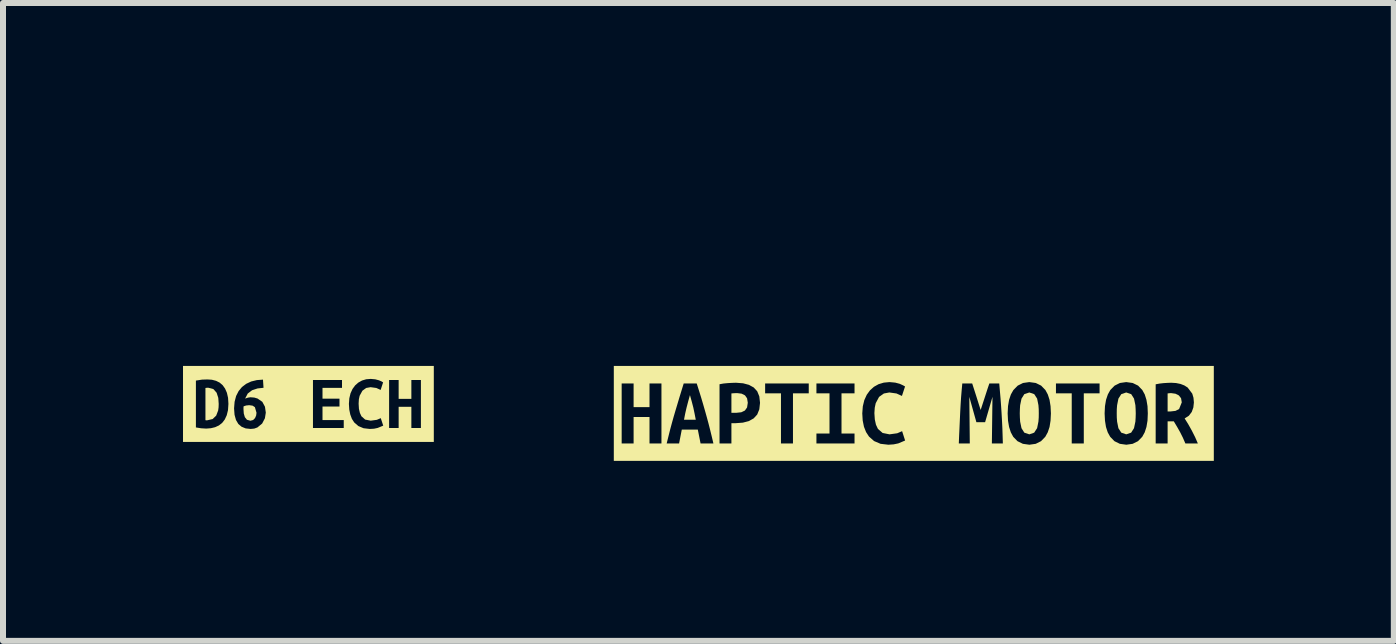
<source format=kicad_pcb>
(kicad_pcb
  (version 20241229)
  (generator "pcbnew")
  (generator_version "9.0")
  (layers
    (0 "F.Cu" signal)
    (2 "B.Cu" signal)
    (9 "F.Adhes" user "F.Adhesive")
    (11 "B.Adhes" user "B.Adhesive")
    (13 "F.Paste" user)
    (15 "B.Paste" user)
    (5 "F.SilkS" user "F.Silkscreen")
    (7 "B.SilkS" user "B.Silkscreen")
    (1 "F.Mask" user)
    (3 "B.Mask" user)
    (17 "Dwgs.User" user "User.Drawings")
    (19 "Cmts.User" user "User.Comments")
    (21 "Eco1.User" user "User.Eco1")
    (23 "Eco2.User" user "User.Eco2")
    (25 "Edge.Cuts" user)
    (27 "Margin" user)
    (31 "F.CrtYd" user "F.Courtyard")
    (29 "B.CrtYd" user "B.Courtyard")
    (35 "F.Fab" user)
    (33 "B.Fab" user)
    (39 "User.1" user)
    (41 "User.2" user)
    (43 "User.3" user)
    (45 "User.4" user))
  (footprint "kibuzzard-688B21F2"
    (layer "F.Cu")
    (at 12.18 3.84)
    (property "Reference" "kibuzzard-688B21F2" (at 0 -3.839 0) (layer "F.SilkS") (effects (font (size 0.001 0.001) (thickness 0.15))))
    (attr board_only exclude_from_pos_files exclude_from_bom)
    (fp_poly (pts (xy -3.731 -0.305) (xy -3.761 -0.198) (xy -3.787 -0.098) (xy -3.81 0.002) (xy -3.83 0.105) (xy -3.634 0.105) (xy -3.654 0.002) (xy -3.675 -0.098) (xy -3.701 -0.198) (xy -3.731 -0.305)) (stroke (width 0) (type solid)) (fill yes) (layer "F.SilkS"))
    (fp_poly (pts (xy 4.466 -0.184) (xy 4.454 -0.253) (xy 4.417 -0.3) (xy 4.361 -0.328) (xy 4.29 -0.338) (xy 4.262 -0.337) (xy 4.23 -0.333) (xy 4.23 -0.032) (xy 4.274 -0.032) (xy 4.361 -0.042) (xy 4.421 -0.072) (xy 4.466 -0.184)) (stroke (width 0) (type solid)) (fill yes) (layer "F.SilkS"))
    (fp_poly (pts (xy -2.941 -0.338) (xy -2.991 -0.337) (xy -3.04 -0.333) (xy -3.04 -0.01) (xy -2.959 -0.01) (xy -2.875 -0.019) (xy -2.815 -0.048) (xy -2.779 -0.099) (xy -2.767 -0.178) (xy -2.779 -0.252) (xy -2.814 -0.301) (xy -2.87 -0.329) (xy -2.941 -0.338)) (stroke (width 0) (type solid)) (fill yes) (layer "F.SilkS"))
    (fp_poly (pts (xy 1.766 0) (xy 1.768 0.07) (xy 1.772 0.137) (xy 1.795 0.247) (xy 1.842 0.321) (xy 1.925 0.349) (xy 2.006 0.321) (xy 2.055 0.246) (xy 2.077 0.136) (xy 2.082 0.07) (xy 2.083 0) (xy 2.082 -0.07) (xy 2.077 -0.137) (xy 2.055 -0.247) (xy 2.007 -0.321) (xy 1.925 -0.349) (xy 1.842 -0.321) (xy 1.795 -0.246) (xy 1.772 -0.136) (xy 1.768 -0.07) (xy 1.766 0)) (stroke (width 0) (type solid)) (fill yes) (layer "F.SilkS"))
    (fp_poly (pts (xy 3.382 0) (xy 3.383 0.07) (xy 3.388 0.137) (xy 3.41 0.247) (xy 3.458 0.321) (xy 3.54 0.349) (xy 3.622 0.321) (xy 3.67 0.246) (xy 3.693 0.136) (xy 3.697 0.07) (xy 3.699 0) (xy 3.697 -0.07) (xy 3.693 -0.137) (xy 3.67 -0.247) (xy 3.623 -0.321) (xy 3.54 -0.349) (xy 3.458 -0.321) (xy 3.41 -0.246) (xy 3.388 -0.136) (xy 3.383 -0.07) (xy 3.382 0)) (stroke (width 0) (type solid)) (fill yes) (layer "F.SilkS"))
    (fp_poly (pts (xy -5 -0.791) (xy -5 -0.791) (xy -5 0.791) (xy -5 0.791) (xy -4.206 0.791) (xy -4.206 0.501) (xy -4.405 0.501) (xy -4.405 0.06) (xy -4.67 0.06) (xy -4.67 0.501) (xy -4.869 0.501) (xy -4.869 -0.499) (xy -4.67 -0.499) (xy -4.67 -0.105) (xy -4.405 -0.105) (xy -4.405 -0.499) (xy -4.206 -0.499) (xy -4.206 0.501) (xy -4.206 0.791) (xy -3.554 0.791) (xy -3.554 0.501) (xy -3.6 0.27) (xy -3.867 0.27) (xy -3.912 0.501) (xy -4.119 0.501) (xy -4.09 0.385) (xy -4.062 0.273) (xy -4.033 0.165) (xy -4.004 0.061) (xy -3.975 -0.038) (xy -3.939 -0.158) (xy -3.904 -0.275) (xy -3.869 -0.389) (xy -3.835 -0.499) (xy -3.618 -0.499) (xy -3.583 -0.388) (xy -3.547 -0.273) (xy -3.512 -0.155) (xy -3.477 -0.033) (xy -3.449 0.067) (xy -3.421 0.171) (xy -3.394 0.277) (xy -3.367 0.387) (xy -3.34 0.501) (xy -3.554 0.501) (xy -3.554 0.791) (xy -3.04 0.791) (xy -3.04 0.501) (xy -3.238 0.501) (xy -3.238 -0.486) (xy -3.173 -0.498) (xy -3.1 -0.505) (xy -3.027 -0.509) (xy -2.964 -0.511) (xy -2.846 -0.502) (xy -2.748 -0.476) (xy -2.668 -0.432) (xy -2.61 -0.369) (xy -2.575 -0.284) (xy -2.563 -0.176) (xy -2.575 -0.068) (xy -2.61 0.019) (xy -2.669 0.083) (xy -2.749 0.128) (xy -2.849 0.154) (xy -2.969 0.163) (xy -3.04 0.163) (xy -3.04 0.501) (xy -3.04 0.791) (xy -2.014 0.791) (xy -2.014 0.501) (xy -2.214 0.501) (xy -2.214 -0.334) (xy -2.478 -0.334) (xy -2.478 -0.499) (xy -1.751 -0.499) (xy -1.751 -0.334) (xy -2.014 -0.334) (xy -2.014 0.501) (xy -2.014 0.791) (xy -1.623 0.791) (xy -1.623 0.501) (xy -1.623 0.336) (xy -1.405 0.336) (xy -1.405 -0.334) (xy -1.623 -0.334) (xy -1.623 -0.499) (xy -0.988 -0.499) (xy -0.988 -0.334) (xy -1.205 -0.334) (xy -1.205 0.336) (xy -0.988 0.336) (xy -0.988 0.501) (xy -1.623 0.501) (xy -1.623 0.791) (xy -0.424 0.791) (xy -0.424 0.522) (xy -0.554 0.507) (xy -0.662 0.461) (xy -0.747 0.386) (xy -0.796 0.311) (xy -0.831 0.222) (xy -0.852 0.118) (xy -0.859 0) (xy -0.85 -0.118) (xy -0.825 -0.221) (xy -0.784 -0.311) (xy -0.73 -0.385) (xy -0.664 -0.444) (xy -0.587 -0.487) (xy -0.5 -0.513) (xy -0.405 -0.522) (xy -0.309 -0.513) (xy -0.234 -0.493) (xy -0.18 -0.468) (xy -0.146 -0.449) (xy -0.198 -0.291) (xy -0.288 -0.332) (xy -0.408 -0.349) (xy -0.499 -0.332) (xy -0.579 -0.275) (xy -0.635 -0.17) (xy -0.651 -0.095) (xy -0.657 -0.005) (xy -0.65 0.1) (xy -0.631 0.188) (xy -0.598 0.258) (xy -0.52 0.326) (xy -0.405 0.349) (xy -0.276 0.331) (xy -0.195 0.296) (xy -0.145 0.452) (xy -0.259 0.5) (xy -0.336 0.516) (xy -0.424 0.522) (xy -0.424 0.791) (xy 1.484 0.791) (xy 1.484 0.501) (xy 1.301 0.501) (xy 1.311 -0.276) (xy 1.188 0.147) (xy 1.043 0.147) (xy 0.925 -0.276) (xy 0.933 0.501) (xy 0.75 0.501) (xy 0.755 0.376) (xy 0.761 0.246) (xy 0.767 0.113) (xy 0.773 -0.018) (xy 0.78 -0.147) (xy 0.788 -0.271) (xy 0.798 -0.39) (xy 0.808 -0.499) (xy 0.973 -0.499) (xy 1.001 -0.412) (xy 1.038 -0.297) (xy 1.077 -0.173) (xy 1.114 -0.057) (xy 1.154 -0.18) (xy 1.194 -0.303) (xy 1.23 -0.414) (xy 1.259 -0.499) (xy 1.424 -0.499) (xy 1.435 -0.37) (xy 1.446 -0.244) (xy 1.455 -0.12) (xy 1.463 0.002) (xy 1.47 0.125) (xy 1.476 0.248) (xy 1.48 0.373) (xy 1.484 0.501) (xy 1.484 0.791) (xy 1.926 0.791) (xy 1.926 0.522) (xy 1.818 0.507) (xy 1.728 0.463) (xy 1.657 0.39) (xy 1.617 0.316) (xy 1.588 0.227) (xy 1.57 0.121) (xy 1.564 0) (xy 1.57 -0.121) (xy 1.588 -0.227) (xy 1.618 -0.316) (xy 1.66 -0.39) (xy 1.732 -0.463) (xy 1.82 -0.507) (xy 1.925 -0.522) (xy 2.033 -0.507) (xy 2.122 -0.463) (xy 2.193 -0.39) (xy 2.233 -0.316) (xy 2.262 -0.227) (xy 2.279 -0.121) (xy 2.285 0) (xy 2.279 0.121) (xy 2.262 0.227) (xy 2.232 0.316) (xy 2.191 0.39) (xy 2.12 0.463) (xy 2.032 0.507) (xy 1.926 0.522) (xy 1.926 0.791) (xy 2.833 0.791) (xy 2.833 0.501) (xy 2.632 0.501) (xy 2.632 -0.334) (xy 2.369 -0.334) (xy 2.369 -0.499) (xy 3.096 -0.499) (xy 3.096 -0.334) (xy 2.833 -0.334) (xy 2.833 0.501) (xy 2.833 0.791) (xy 3.542 0.791) (xy 3.542 0.522) (xy 3.434 0.507) (xy 3.344 0.463) (xy 3.273 0.39) (xy 3.232 0.316) (xy 3.203 0.227) (xy 3.186 0.121) (xy 3.18 0) (xy 3.186 -0.121) (xy 3.204 -0.227) (xy 3.234 -0.316) (xy 3.275 -0.39) (xy 3.347 -0.463) (xy 3.435 -0.507) (xy 3.54 -0.522) (xy 3.648 -0.507) (xy 3.738 -0.463) (xy 3.808 -0.39) (xy 3.849 -0.316) (xy 3.877 -0.227) (xy 3.895 -0.121) (xy 3.9 0) (xy 3.895 0.121) (xy 3.877 0.227) (xy 3.848 0.316) (xy 3.807 0.39) (xy 3.736 0.463) (xy 3.647 0.507) (xy 3.542 0.522) (xy 3.542 0.791) (xy 4.734 0.791) (xy 4.734 0.501) (xy 4.526 0.501) (xy 4.485 0.406) (xy 4.439 0.314) (xy 4.388 0.224) (xy 4.333 0.132) (xy 4.23 0.132) (xy 4.23 0.501) (xy 4.031 0.501) (xy 4.031 -0.485) (xy 4.095 -0.497) (xy 4.165 -0.505) (xy 4.233 -0.509) (xy 4.29 -0.511) (xy 4.371 -0.506) (xy 4.445 -0.491) (xy 4.509 -0.466) (xy 4.564 -0.431) (xy 4.641 -0.329) (xy 4.661 -0.261) (xy 4.668 -0.183) (xy 4.659 -0.099) (xy 4.632 -0.024) (xy 4.585 0.038) (xy 4.514 0.084) (xy 4.572 0.177) (xy 4.632 0.284) (xy 4.688 0.395) (xy 4.734 0.501) (xy 4.734 0.791) (xy 4.865 0.791) (xy 5 0.791) (xy 5 -0.791) (xy 4.865 -0.791) (xy -5 -0.791)) (stroke (width 0) (type solid)) (fill yes) (layer "F.SilkS")))
  (footprint "kibuzzard-688B11BF"
    (layer "F.Cu")
    (at 2.09 3.682)
    (property "Reference" "kibuzzard-688B11BF" (at 0 -3.681 0) (layer "F.SilkS") (effects (font (size 0.001 0.001) (thickness 0.15))))
    (attr board_only exclude_from_pos_files exclude_from_bom)
    (fp_poly (pts (xy -1.716 0.271) (xy -1.701 0.273) (xy -1.687 0.273) (xy -1.596 0.252) (xy -1.537 0.195) (xy -1.504 0.109) (xy -1.497 0.057) (xy -1.495 0) (xy -1.502 -0.101) (xy -1.53 -0.187) (xy -1.583 -0.247) (xy -1.669 -0.27) (xy -1.692 -0.269) (xy -1.716 -0.266) (xy -1.716 0.271)) (stroke (width 0) (type solid)) (fill yes) (layer "F.SilkS"))
    (fp_poly (pts (xy -0.987 0.021) (xy -1.037 0.026) (xy -1.08 0.04) (xy -1.082 0.063) (xy -1.082 0.088) (xy -1.077 0.16) (xy -1.059 0.221) (xy -1.024 0.264) (xy -0.967 0.28) (xy -0.921 0.268) (xy -0.889 0.235) (xy -0.871 0.193) (xy -0.865 0.147) (xy -0.892 0.054) (xy -0.93 0.029) (xy -0.987 0.021)) (stroke (width 0) (type solid)) (fill yes) (layer "F.SilkS"))
    (fp_poly (pts (xy -1.875 -0.633) (xy -2.09 -0.633) (xy -2.09 0.633) (xy -1.875 0.633) (xy -1.704 0.633) (xy -1.704 0.411) (xy -1.787 0.406) (xy -1.875 0.392) (xy -1.875 -0.389) (xy -1.773 -0.405) (xy -1.683 -0.408) (xy -1.608 -0.403) (xy -1.539 -0.385) (xy -1.479 -0.355) (xy -1.429 -0.312) (xy -1.389 -0.256) (xy -1.358 -0.185) (xy -1.339 -0.101) (xy -1.333 0) (xy -1.34 0.103) (xy -1.361 0.189) (xy -1.394 0.26) (xy -1.438 0.317) (xy -1.492 0.359) (xy -1.555 0.388) (xy -1.626 0.405) (xy -1.704 0.411) (xy -1.704 0.633) (xy -0.963 0.633) (xy -0.963 0.417) (xy -1.046 0.408) (xy -1.114 0.38) (xy -1.168 0.334) (xy -1.207 0.268) (xy -1.231 0.181) (xy -1.239 0.074) (xy -1.23 -0.036) (xy -1.205 -0.132) (xy -1.163 -0.214) (xy -1.107 -0.282) (xy -1.037 -0.335) (xy -0.954 -0.374) (xy -0.86 -0.397) (xy -0.757 -0.405) (xy -0.748 -0.269) (xy -0.848 -0.258) (xy -0.939 -0.228) (xy -1.011 -0.173) (xy -1.055 -0.089) (xy -1.007 -0.105) (xy -0.966 -0.111) (xy -0.902 -0.106) (xy -0.848 -0.09) (xy -0.768 -0.035) (xy -0.724 0.047) (xy -0.71 0.145) (xy -0.725 0.239) (xy -0.771 0.327) (xy -0.85 0.392) (xy -0.902 0.411) (xy -0.963 0.417) (xy -0.963 0.633) (xy 0.076 0.633) (xy 0.076 0.401) (xy 0.076 -0.399) (xy 0.56 -0.399) (xy 0.56 -0.268) (xy 0.235 -0.268) (xy 0.235 -0.088) (xy 0.518 -0.088) (xy 0.518 0.044) (xy 0.235 0.044) (xy 0.235 0.269) (xy 0.589 0.269) (xy 0.589 0.401) (xy 0.076 0.401) (xy 0.076 0.633) (xy 1.023 0.633) (xy 1.023 0.417) (xy 0.919 0.405) (xy 0.833 0.369) (xy 0.764 0.309) (xy 0.725 0.249) (xy 0.698 0.177) (xy 0.681 0.094) (xy 0.675 0) (xy 0.682 -0.094) (xy 0.702 -0.177) (xy 0.735 -0.249) (xy 0.778 -0.308) (xy 0.831 -0.355) (xy 0.893 -0.39) (xy 0.963 -0.411) (xy 1.038 -0.417) (xy 1.115 -0.41) (xy 1.175 -0.394) (xy 1.219 -0.375) (xy 1.245 -0.359) (xy 1.204 -0.233) (xy 1.132 -0.266) (xy 1.036 -0.279) (xy 0.963 -0.266) (xy 0.9 -0.22) (xy 0.854 -0.136) (xy 0.841 -0.076) (xy 0.837 -0.004) (xy 0.842 0.08) (xy 0.858 0.15) (xy 0.884 0.206) (xy 0.946 0.261) (xy 1.038 0.279) (xy 1.141 0.265) (xy 1.206 0.237) (xy 1.247 0.362) (xy 1.155 0.4) (xy 1.094 0.413) (xy 1.023 0.417) (xy 1.023 0.633) (xy 1.875 0.633) (xy 1.875 0.401) (xy 1.716 0.401) (xy 1.716 0.048) (xy 1.504 0.048) (xy 1.504 0.401) (xy 1.345 0.401) (xy 1.345 -0.399) (xy 1.504 -0.399) (xy 1.504 -0.084) (xy 1.716 -0.084) (xy 1.716 -0.399) (xy 1.875 -0.399) (xy 1.875 0.401) (xy 1.875 0.633) (xy 2.09 0.633) (xy 2.09 -0.633) (xy 1.875 -0.633) (xy -1.875 -0.633)) (stroke (width 0) (type solid)) (fill yes) (layer "F.SilkS")))
  (gr_rect
    (start -3 -3)
    (end 20.18 7.631)
    (stroke (width 0.1) (type default))
    (fill no)
    (layer "Edge.Cuts")))
</source>
